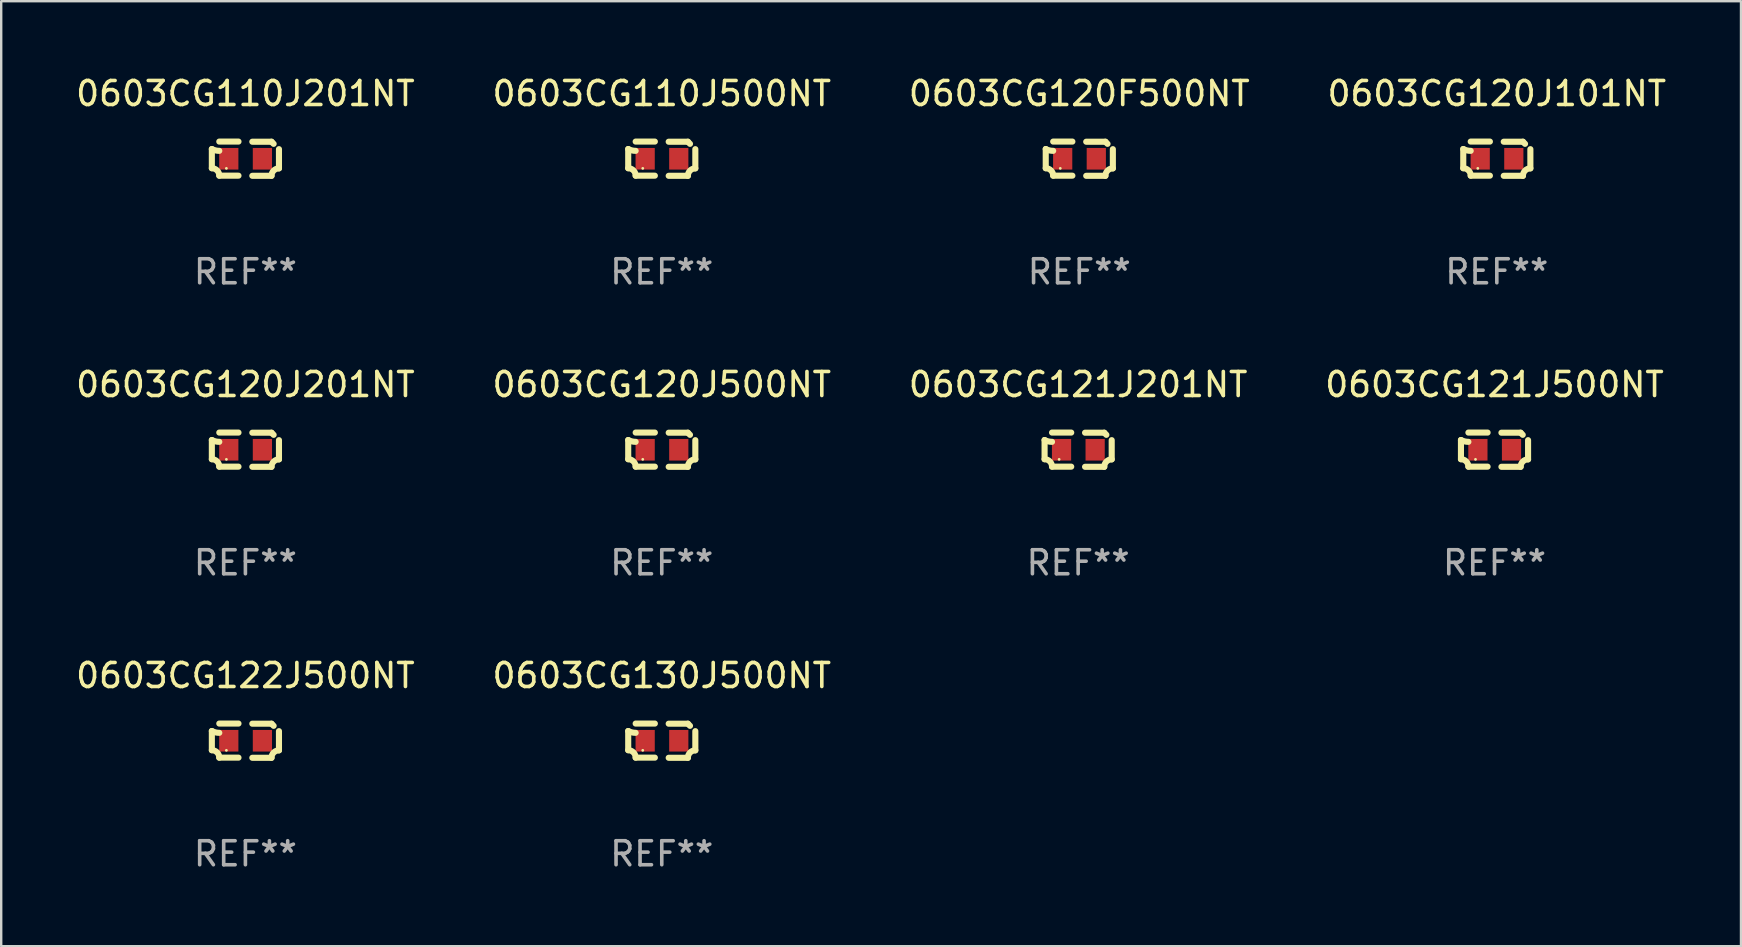
<source format=kicad_pcb>
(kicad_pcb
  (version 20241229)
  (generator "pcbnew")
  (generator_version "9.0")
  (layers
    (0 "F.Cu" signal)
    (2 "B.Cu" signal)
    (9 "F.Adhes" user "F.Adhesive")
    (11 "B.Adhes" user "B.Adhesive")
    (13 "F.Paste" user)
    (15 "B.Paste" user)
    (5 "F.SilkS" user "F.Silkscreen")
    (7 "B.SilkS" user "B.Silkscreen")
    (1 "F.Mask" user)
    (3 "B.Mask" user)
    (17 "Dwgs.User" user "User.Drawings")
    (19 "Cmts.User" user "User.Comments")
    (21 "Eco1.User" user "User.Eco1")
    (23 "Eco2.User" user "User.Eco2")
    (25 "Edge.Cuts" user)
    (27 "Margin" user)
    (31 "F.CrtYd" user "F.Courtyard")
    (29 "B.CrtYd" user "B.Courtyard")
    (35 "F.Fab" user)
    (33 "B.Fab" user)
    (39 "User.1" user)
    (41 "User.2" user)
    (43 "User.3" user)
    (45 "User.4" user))
  (footprint "0603CG121J500NT"
    (layer "F.Cu")
    (at 59.208 15.683)
    (property "Reference" "0603CG121J500NT" (at 0 -2.713 0) (layer "F.SilkS") (effects (font (size 1 1) (thickness 0.15))))
    (attr through_hole)
    (fp_line (start -1.398 -0.403) (end -1.398 0.397) (stroke (width 0.254) (type solid)) (layer "F.SilkS"))
    (fp_line (start -0.288 -0.713) (end -1.088 -0.713) (stroke (width 0.254) (type solid)) (layer "F.SilkS"))
    (fp_line (start -0.288 0.707) (end -1.088 0.707) (stroke (width 0.254) (type solid)) (layer "F.SilkS"))
    (fp_line (start 0.288 -0.707) (end 1.088 -0.707) (stroke (width 0.254) (type solid)) (layer "F.SilkS"))
    (fp_line (start 0.288 0.713) (end 1.088 0.713) (stroke (width 0.254) (type solid)) (layer "F.SilkS"))
    (fp_line (start 1.398 -0.397) (end 1.398 0.403) (stroke (width 0.254) (type solid)) (layer "F.SilkS"))
    (fp_arc (start -1.397789 0.397066) (mid -1.178701 0.487826) (end -1.08796 0.706922) (stroke (width 0.254001) (type solid)) (layer "F.SilkS"))
    (fp_arc (start -1.08796 -0.327176) (mid -1.247436 -0.346384) (end -1.39779 -0.402908) (stroke (width 0.254001) (type solid)) (layer "F.SilkS"))
    (fp_arc (start 1.087909 0.712738) (mid 1.178656 0.493655) (end 1.397739 0.402908) (stroke (width 0.254001) (type solid)) (layer "F.SilkS"))
    (fp_arc (start 1.175925 -0.618926) (mid 1.131917 -0.662923) (end 1.08791 -0.706922) (stroke (width 0.254001) (type solid)) (layer "F.SilkS"))
    (fp_circle (center -0.792 0.403) (end -0.762 0.403) (stroke (width 0.06) (type solid)) (fill no) (layer "F.SilkS"))
    (fp_text user "REF**" (at 0 4.713 0) (layer "F.Fab") (effects (font (size 1 1) (thickness 0.15))))
    (pad "1" smd rect (at -0.692 0.003) (size 0.8 0.9) (layers "F.Cu" "F.Mask" "F.Paste"))
    (pad "2" smd rect (at 0.708 0.003) (size 0.8 0.9) (layers "F.Cu" "F.Mask" "F.Paste")))
  (footprint "0603CG122J500NT"
    (layer "F.Cu")
    (at 7.173 27.805)
    (property "Reference" "0603CG122J500NT" (at 0 -2.713 0) (layer "F.SilkS") (effects (font (size 1 1) (thickness 0.15))))
    (attr through_hole)
    (fp_line (start -1.398 -0.403) (end -1.398 0.397) (stroke (width 0.254) (type solid)) (layer "F.SilkS"))
    (fp_line (start -0.288 -0.713) (end -1.088 -0.713) (stroke (width 0.254) (type solid)) (layer "F.SilkS"))
    (fp_line (start -0.288 0.707) (end -1.088 0.707) (stroke (width 0.254) (type solid)) (layer "F.SilkS"))
    (fp_line (start 0.288 -0.707) (end 1.088 -0.707) (stroke (width 0.254) (type solid)) (layer "F.SilkS"))
    (fp_line (start 0.288 0.713) (end 1.088 0.713) (stroke (width 0.254) (type solid)) (layer "F.SilkS"))
    (fp_line (start 1.398 -0.397) (end 1.398 0.403) (stroke (width 0.254) (type solid)) (layer "F.SilkS"))
    (fp_arc (start -1.397789 0.397066) (mid -1.178701 0.487826) (end -1.08796 0.706922) (stroke (width 0.254001) (type solid)) (layer "F.SilkS"))
    (fp_arc (start -1.08796 -0.327176) (mid -1.247436 -0.346384) (end -1.39779 -0.402908) (stroke (width 0.254001) (type solid)) (layer "F.SilkS"))
    (fp_arc (start 1.087909 0.712738) (mid 1.178656 0.493655) (end 1.397739 0.402908) (stroke (width 0.254001) (type solid)) (layer "F.SilkS"))
    (fp_arc (start 1.175925 -0.618926) (mid 1.131917 -0.662923) (end 1.08791 -0.706922) (stroke (width 0.254001) (type solid)) (layer "F.SilkS"))
    (fp_circle (center -0.792 0.403) (end -0.762 0.403) (stroke (width 0.06) (type solid)) (fill no) (layer "F.SilkS"))
    (fp_text user "REF**" (at 0 4.713 0) (layer "F.Fab") (effects (font (size 1 1) (thickness 0.15))))
    (pad "1" smd rect (at -0.692 0.003) (size 0.8 0.9) (layers "F.Cu" "F.Mask" "F.Paste"))
    (pad "2" smd rect (at 0.708 0.003) (size 0.8 0.9) (layers "F.Cu" "F.Mask" "F.Paste")))
  (footprint "0603CG110J500NT"
    (layer "F.Cu")
    (at 24.518 3.561)
    (property "Reference" "0603CG110J500NT" (at 0 -2.713 0) (layer "F.SilkS") (effects (font (size 1 1) (thickness 0.15))))
    (attr through_hole)
    (fp_line (start -1.398 -0.403) (end -1.398 0.397) (stroke (width 0.254) (type solid)) (layer "F.SilkS"))
    (fp_line (start -0.288 -0.713) (end -1.088 -0.713) (stroke (width 0.254) (type solid)) (layer "F.SilkS"))
    (fp_line (start -0.288 0.707) (end -1.088 0.707) (stroke (width 0.254) (type solid)) (layer "F.SilkS"))
    (fp_line (start 0.288 -0.707) (end 1.088 -0.707) (stroke (width 0.254) (type solid)) (layer "F.SilkS"))
    (fp_line (start 0.288 0.713) (end 1.088 0.713) (stroke (width 0.254) (type solid)) (layer "F.SilkS"))
    (fp_line (start 1.398 -0.397) (end 1.398 0.403) (stroke (width 0.254) (type solid)) (layer "F.SilkS"))
    (fp_arc (start -1.397789 0.397066) (mid -1.178701 0.487826) (end -1.08796 0.706922) (stroke (width 0.254001) (type solid)) (layer "F.SilkS"))
    (fp_arc (start -1.08796 -0.327176) (mid -1.247436 -0.346384) (end -1.39779 -0.402908) (stroke (width 0.254001) (type solid)) (layer "F.SilkS"))
    (fp_arc (start 1.087909 0.712738) (mid 1.178656 0.493655) (end 1.397739 0.402908) (stroke (width 0.254001) (type solid)) (layer "F.SilkS"))
    (fp_arc (start 1.175925 -0.618926) (mid 1.131917 -0.662923) (end 1.08791 -0.706922) (stroke (width 0.254001) (type solid)) (layer "F.SilkS"))
    (fp_circle (center -0.792 0.403) (end -0.762 0.403) (stroke (width 0.06) (type solid)) (fill no) (layer "F.SilkS"))
    (fp_text user "REF**" (at 0 4.713 0) (layer "F.Fab") (effects (font (size 1 1) (thickness 0.15))))
    (pad "1" smd rect (at -0.692 0.003) (size 0.8 0.9) (layers "F.Cu" "F.Mask" "F.Paste"))
    (pad "2" smd rect (at 0.708 0.003) (size 0.8 0.9) (layers "F.Cu" "F.Mask" "F.Paste")))
  (footprint "0603CG110J201NT"
    (layer "F.Cu")
    (at 7.173 3.561)
    (property "Reference" "0603CG110J201NT" (at 0 -2.713 0) (layer "F.SilkS") (effects (font (size 1 1) (thickness 0.15))))
    (attr through_hole)
    (fp_line (start -1.398 -0.403) (end -1.398 0.397) (stroke (width 0.254) (type solid)) (layer "F.SilkS"))
    (fp_line (start -0.288 -0.713) (end -1.088 -0.713) (stroke (width 0.254) (type solid)) (layer "F.SilkS"))
    (fp_line (start -0.288 0.707) (end -1.088 0.707) (stroke (width 0.254) (type solid)) (layer "F.SilkS"))
    (fp_line (start 0.288 -0.707) (end 1.088 -0.707) (stroke (width 0.254) (type solid)) (layer "F.SilkS"))
    (fp_line (start 0.288 0.713) (end 1.088 0.713) (stroke (width 0.254) (type solid)) (layer "F.SilkS"))
    (fp_line (start 1.398 -0.397) (end 1.398 0.403) (stroke (width 0.254) (type solid)) (layer "F.SilkS"))
    (fp_arc (start -1.397789 0.397066) (mid -1.178701 0.487826) (end -1.08796 0.706922) (stroke (width 0.254001) (type solid)) (layer "F.SilkS"))
    (fp_arc (start -1.08796 -0.327176) (mid -1.247436 -0.346384) (end -1.39779 -0.402908) (stroke (width 0.254001) (type solid)) (layer "F.SilkS"))
    (fp_arc (start 1.087909 0.712738) (mid 1.178656 0.493655) (end 1.397739 0.402908) (stroke (width 0.254001) (type solid)) (layer "F.SilkS"))
    (fp_arc (start 1.175925 -0.618926) (mid 1.131917 -0.662923) (end 1.08791 -0.706922) (stroke (width 0.254001) (type solid)) (layer "F.SilkS"))
    (fp_circle (center -0.792 0.403) (end -0.762 0.403) (stroke (width 0.06) (type solid)) (fill no) (layer "F.SilkS"))
    (fp_text user "REF**" (at 0 4.713 0) (layer "F.Fab") (effects (font (size 1 1) (thickness 0.15))))
    (pad "1" smd rect (at -0.692 0.003) (size 0.8 0.9) (layers "F.Cu" "F.Mask" "F.Paste"))
    (pad "2" smd rect (at 0.708 0.003) (size 0.8 0.9) (layers "F.Cu" "F.Mask" "F.Paste")))
  (footprint "0603CG120J201NT"
    (layer "F.Cu")
    (at 7.173 15.683)
    (property "Reference" "0603CG120J201NT" (at 0 -2.713 0) (layer "F.SilkS") (effects (font (size 1 1) (thickness 0.15))))
    (attr through_hole)
    (fp_line (start -1.398 -0.403) (end -1.398 0.397) (stroke (width 0.254) (type solid)) (layer "F.SilkS"))
    (fp_line (start -0.288 -0.713) (end -1.088 -0.713) (stroke (width 0.254) (type solid)) (layer "F.SilkS"))
    (fp_line (start -0.288 0.707) (end -1.088 0.707) (stroke (width 0.254) (type solid)) (layer "F.SilkS"))
    (fp_line (start 0.288 -0.707) (end 1.088 -0.707) (stroke (width 0.254) (type solid)) (layer "F.SilkS"))
    (fp_line (start 0.288 0.713) (end 1.088 0.713) (stroke (width 0.254) (type solid)) (layer "F.SilkS"))
    (fp_line (start 1.398 -0.397) (end 1.398 0.403) (stroke (width 0.254) (type solid)) (layer "F.SilkS"))
    (fp_arc (start -1.397789 0.397066) (mid -1.178701 0.487826) (end -1.08796 0.706922) (stroke (width 0.254001) (type solid)) (layer "F.SilkS"))
    (fp_arc (start -1.08796 -0.327176) (mid -1.247436 -0.346384) (end -1.39779 -0.402908) (stroke (width 0.254001) (type solid)) (layer "F.SilkS"))
    (fp_arc (start 1.087909 0.712738) (mid 1.178656 0.493655) (end 1.397739 0.402908) (stroke (width 0.254001) (type solid)) (layer "F.SilkS"))
    (fp_arc (start 1.175925 -0.618926) (mid 1.131917 -0.662923) (end 1.08791 -0.706922) (stroke (width 0.254001) (type solid)) (layer "F.SilkS"))
    (fp_circle (center -0.792 0.403) (end -0.762 0.403) (stroke (width 0.06) (type solid)) (fill no) (layer "F.SilkS"))
    (fp_text user "REF**" (at 0 4.713 0) (layer "F.Fab") (effects (font (size 1 1) (thickness 0.15))))
    (pad "1" smd rect (at -0.692 0.003) (size 0.8 0.9) (layers "F.Cu" "F.Mask" "F.Paste"))
    (pad "2" smd rect (at 0.708 0.003) (size 0.8 0.9) (layers "F.Cu" "F.Mask" "F.Paste")))
  (footprint "0603CG120J101NT"
    (layer "F.Cu")
    (at 59.304 3.561)
    (property "Reference" "0603CG120J101NT" (at 0 -2.713 0) (layer "F.SilkS") (effects (font (size 1 1) (thickness 0.15))))
    (attr through_hole)
    (fp_line (start -1.398 -0.403) (end -1.398 0.397) (stroke (width 0.254) (type solid)) (layer "F.SilkS"))
    (fp_line (start -0.288 -0.713) (end -1.088 -0.713) (stroke (width 0.254) (type solid)) (layer "F.SilkS"))
    (fp_line (start -0.288 0.707) (end -1.088 0.707) (stroke (width 0.254) (type solid)) (layer "F.SilkS"))
    (fp_line (start 0.288 -0.707) (end 1.088 -0.707) (stroke (width 0.254) (type solid)) (layer "F.SilkS"))
    (fp_line (start 0.288 0.713) (end 1.088 0.713) (stroke (width 0.254) (type solid)) (layer "F.SilkS"))
    (fp_line (start 1.398 -0.397) (end 1.398 0.403) (stroke (width 0.254) (type solid)) (layer "F.SilkS"))
    (fp_arc (start -1.397789 0.397066) (mid -1.178701 0.487826) (end -1.08796 0.706922) (stroke (width 0.254001) (type solid)) (layer "F.SilkS"))
    (fp_arc (start -1.08796 -0.327176) (mid -1.247436 -0.346384) (end -1.39779 -0.402908) (stroke (width 0.254001) (type solid)) (layer "F.SilkS"))
    (fp_arc (start 1.087909 0.712738) (mid 1.178656 0.493655) (end 1.397739 0.402908) (stroke (width 0.254001) (type solid)) (layer "F.SilkS"))
    (fp_arc (start 1.175925 -0.618926) (mid 1.131917 -0.662923) (end 1.08791 -0.706922) (stroke (width 0.254001) (type solid)) (layer "F.SilkS"))
    (fp_circle (center -0.792 0.403) (end -0.762 0.403) (stroke (width 0.06) (type solid)) (fill no) (layer "F.SilkS"))
    (fp_text user "REF**" (at 0 4.713 0) (layer "F.Fab") (effects (font (size 1 1) (thickness 0.15))))
    (pad "1" smd rect (at -0.692 0.003) (size 0.8 0.9) (layers "F.Cu" "F.Mask" "F.Paste"))
    (pad "2" smd rect (at 0.708 0.003) (size 0.8 0.9) (layers "F.Cu" "F.Mask" "F.Paste")))
  (footprint "0603CG120F500NT"
    (layer "F.Cu")
    (at 41.911 3.561)
    (property "Reference" "0603CG120F500NT" (at 0 -2.713 0) (layer "F.SilkS") (effects (font (size 1 1) (thickness 0.15))))
    (attr through_hole)
    (fp_line (start -1.398 -0.403) (end -1.398 0.397) (stroke (width 0.254) (type solid)) (layer "F.SilkS"))
    (fp_line (start -0.288 -0.713) (end -1.088 -0.713) (stroke (width 0.254) (type solid)) (layer "F.SilkS"))
    (fp_line (start -0.288 0.707) (end -1.088 0.707) (stroke (width 0.254) (type solid)) (layer "F.SilkS"))
    (fp_line (start 0.288 -0.707) (end 1.088 -0.707) (stroke (width 0.254) (type solid)) (layer "F.SilkS"))
    (fp_line (start 0.288 0.713) (end 1.088 0.713) (stroke (width 0.254) (type solid)) (layer "F.SilkS"))
    (fp_line (start 1.398 -0.397) (end 1.398 0.403) (stroke (width 0.254) (type solid)) (layer "F.SilkS"))
    (fp_arc (start -1.397789 0.397066) (mid -1.178701 0.487826) (end -1.08796 0.706922) (stroke (width 0.254001) (type solid)) (layer "F.SilkS"))
    (fp_arc (start -1.08796 -0.327176) (mid -1.247436 -0.346384) (end -1.39779 -0.402908) (stroke (width 0.254001) (type solid)) (layer "F.SilkS"))
    (fp_arc (start 1.087909 0.712738) (mid 1.178656 0.493655) (end 1.397739 0.402908) (stroke (width 0.254001) (type solid)) (layer "F.SilkS"))
    (fp_arc (start 1.175925 -0.618926) (mid 1.131917 -0.662923) (end 1.08791 -0.706922) (stroke (width 0.254001) (type solid)) (layer "F.SilkS"))
    (fp_circle (center -0.792 0.403) (end -0.762 0.403) (stroke (width 0.06) (type solid)) (fill no) (layer "F.SilkS"))
    (fp_text user "REF**" (at 0 4.713 0) (layer "F.Fab") (effects (font (size 1 1) (thickness 0.15))))
    (pad "1" smd rect (at -0.692 0.003) (size 0.8 0.9) (layers "F.Cu" "F.Mask" "F.Paste"))
    (pad "2" smd rect (at 0.708 0.003) (size 0.8 0.9) (layers "F.Cu" "F.Mask" "F.Paste")))
  (footprint "0603CG130J500NT"
    (layer "F.Cu")
    (at 24.518 27.805)
    (property "Reference" "0603CG130J500NT" (at 0 -2.713 0) (layer "F.SilkS") (effects (font (size 1 1) (thickness 0.15))))
    (attr through_hole)
    (fp_line (start -1.398 -0.403) (end -1.398 0.397) (stroke (width 0.254) (type solid)) (layer "F.SilkS"))
    (fp_line (start -0.288 -0.713) (end -1.088 -0.713) (stroke (width 0.254) (type solid)) (layer "F.SilkS"))
    (fp_line (start -0.288 0.707) (end -1.088 0.707) (stroke (width 0.254) (type solid)) (layer "F.SilkS"))
    (fp_line (start 0.288 -0.707) (end 1.088 -0.707) (stroke (width 0.254) (type solid)) (layer "F.SilkS"))
    (fp_line (start 0.288 0.713) (end 1.088 0.713) (stroke (width 0.254) (type solid)) (layer "F.SilkS"))
    (fp_line (start 1.398 -0.397) (end 1.398 0.403) (stroke (width 0.254) (type solid)) (layer "F.SilkS"))
    (fp_arc (start -1.397789 0.397066) (mid -1.178701 0.487826) (end -1.08796 0.706922) (stroke (width 0.254001) (type solid)) (layer "F.SilkS"))
    (fp_arc (start -1.08796 -0.327176) (mid -1.247436 -0.346384) (end -1.39779 -0.402908) (stroke (width 0.254001) (type solid)) (layer "F.SilkS"))
    (fp_arc (start 1.087909 0.712738) (mid 1.178656 0.493655) (end 1.397739 0.402908) (stroke (width 0.254001) (type solid)) (layer "F.SilkS"))
    (fp_arc (start 1.175925 -0.618926) (mid 1.131917 -0.662923) (end 1.08791 -0.706922) (stroke (width 0.254001) (type solid)) (layer "F.SilkS"))
    (fp_circle (center -0.792 0.403) (end -0.762 0.403) (stroke (width 0.06) (type solid)) (fill no) (layer "F.SilkS"))
    (fp_text user "REF**" (at 0 4.713 0) (layer "F.Fab") (effects (font (size 1 1) (thickness 0.15))))
    (pad "1" smd rect (at -0.692 0.003) (size 0.8 0.9) (layers "F.Cu" "F.Mask" "F.Paste"))
    (pad "2" smd rect (at 0.708 0.003) (size 0.8 0.9) (layers "F.Cu" "F.Mask" "F.Paste")))
  (footprint "0603CG120J500NT"
    (layer "F.Cu")
    (at 24.518 15.683)
    (property "Reference" "0603CG120J500NT" (at 0 -2.713 0) (layer "F.SilkS") (effects (font (size 1 1) (thickness 0.15))))
    (attr through_hole)
    (fp_line (start -1.398 -0.403) (end -1.398 0.397) (stroke (width 0.254) (type solid)) (layer "F.SilkS"))
    (fp_line (start -0.288 -0.713) (end -1.088 -0.713) (stroke (width 0.254) (type solid)) (layer "F.SilkS"))
    (fp_line (start -0.288 0.707) (end -1.088 0.707) (stroke (width 0.254) (type solid)) (layer "F.SilkS"))
    (fp_line (start 0.288 -0.707) (end 1.088 -0.707) (stroke (width 0.254) (type solid)) (layer "F.SilkS"))
    (fp_line (start 0.288 0.713) (end 1.088 0.713) (stroke (width 0.254) (type solid)) (layer "F.SilkS"))
    (fp_line (start 1.398 -0.397) (end 1.398 0.403) (stroke (width 0.254) (type solid)) (layer "F.SilkS"))
    (fp_arc (start -1.397789 0.397066) (mid -1.178701 0.487826) (end -1.08796 0.706922) (stroke (width 0.254001) (type solid)) (layer "F.SilkS"))
    (fp_arc (start -1.08796 -0.327176) (mid -1.247436 -0.346384) (end -1.39779 -0.402908) (stroke (width 0.254001) (type solid)) (layer "F.SilkS"))
    (fp_arc (start 1.087909 0.712738) (mid 1.178656 0.493655) (end 1.397739 0.402908) (stroke (width 0.254001) (type solid)) (layer "F.SilkS"))
    (fp_arc (start 1.175925 -0.618926) (mid 1.131917 -0.662923) (end 1.08791 -0.706922) (stroke (width 0.254001) (type solid)) (layer "F.SilkS"))
    (fp_circle (center -0.792 0.403) (end -0.762 0.403) (stroke (width 0.06) (type solid)) (fill no) (layer "F.SilkS"))
    (fp_text user "REF**" (at 0 4.713 0) (layer "F.Fab") (effects (font (size 1 1) (thickness 0.15))))
    (pad "1" smd rect (at -0.692 0.003) (size 0.8 0.9) (layers "F.Cu" "F.Mask" "F.Paste"))
    (pad "2" smd rect (at 0.708 0.003) (size 0.8 0.9) (layers "F.Cu" "F.Mask" "F.Paste")))
  (footprint "0603CG121J201NT"
    (layer "F.Cu")
    (at 41.863 15.683)
    (property "Reference" "0603CG121J201NT" (at 0 -2.713 0) (layer "F.SilkS") (effects (font (size 1 1) (thickness 0.15))))
    (attr through_hole)
    (fp_line (start -1.398 -0.403) (end -1.398 0.397) (stroke (width 0.254) (type solid)) (layer "F.SilkS"))
    (fp_line (start -0.288 -0.713) (end -1.088 -0.713) (stroke (width 0.254) (type solid)) (layer "F.SilkS"))
    (fp_line (start -0.288 0.707) (end -1.088 0.707) (stroke (width 0.254) (type solid)) (layer "F.SilkS"))
    (fp_line (start 0.288 -0.707) (end 1.088 -0.707) (stroke (width 0.254) (type solid)) (layer "F.SilkS"))
    (fp_line (start 0.288 0.713) (end 1.088 0.713) (stroke (width 0.254) (type solid)) (layer "F.SilkS"))
    (fp_line (start 1.398 -0.397) (end 1.398 0.403) (stroke (width 0.254) (type solid)) (layer "F.SilkS"))
    (fp_arc (start -1.397789 0.397066) (mid -1.178701 0.487826) (end -1.08796 0.706922) (stroke (width 0.254001) (type solid)) (layer "F.SilkS"))
    (fp_arc (start -1.08796 -0.327176) (mid -1.247436 -0.346384) (end -1.39779 -0.402908) (stroke (width 0.254001) (type solid)) (layer "F.SilkS"))
    (fp_arc (start 1.087909 0.712738) (mid 1.178656 0.493655) (end 1.397739 0.402908) (stroke (width 0.254001) (type solid)) (layer "F.SilkS"))
    (fp_arc (start 1.175925 -0.618926) (mid 1.131917 -0.662923) (end 1.08791 -0.706922) (stroke (width 0.254001) (type solid)) (layer "F.SilkS"))
    (fp_circle (center -0.792 0.403) (end -0.762 0.403) (stroke (width 0.06) (type solid)) (fill no) (layer "F.SilkS"))
    (fp_text user "REF**" (at 0 4.713 0) (layer "F.Fab") (effects (font (size 1 1) (thickness 0.15))))
    (pad "1" smd rect (at -0.692 0.003) (size 0.8 0.9) (layers "F.Cu" "F.Mask" "F.Paste"))
    (pad "2" smd rect (at 0.708 0.003) (size 0.8 0.9) (layers "F.Cu" "F.Mask" "F.Paste")))
  (gr_rect
    (start -3 -3)
    (end 69.476 36.366)
    (stroke (width 0.1) (type default))
    (fill no)
    (layer "Edge.Cuts")))
</source>
